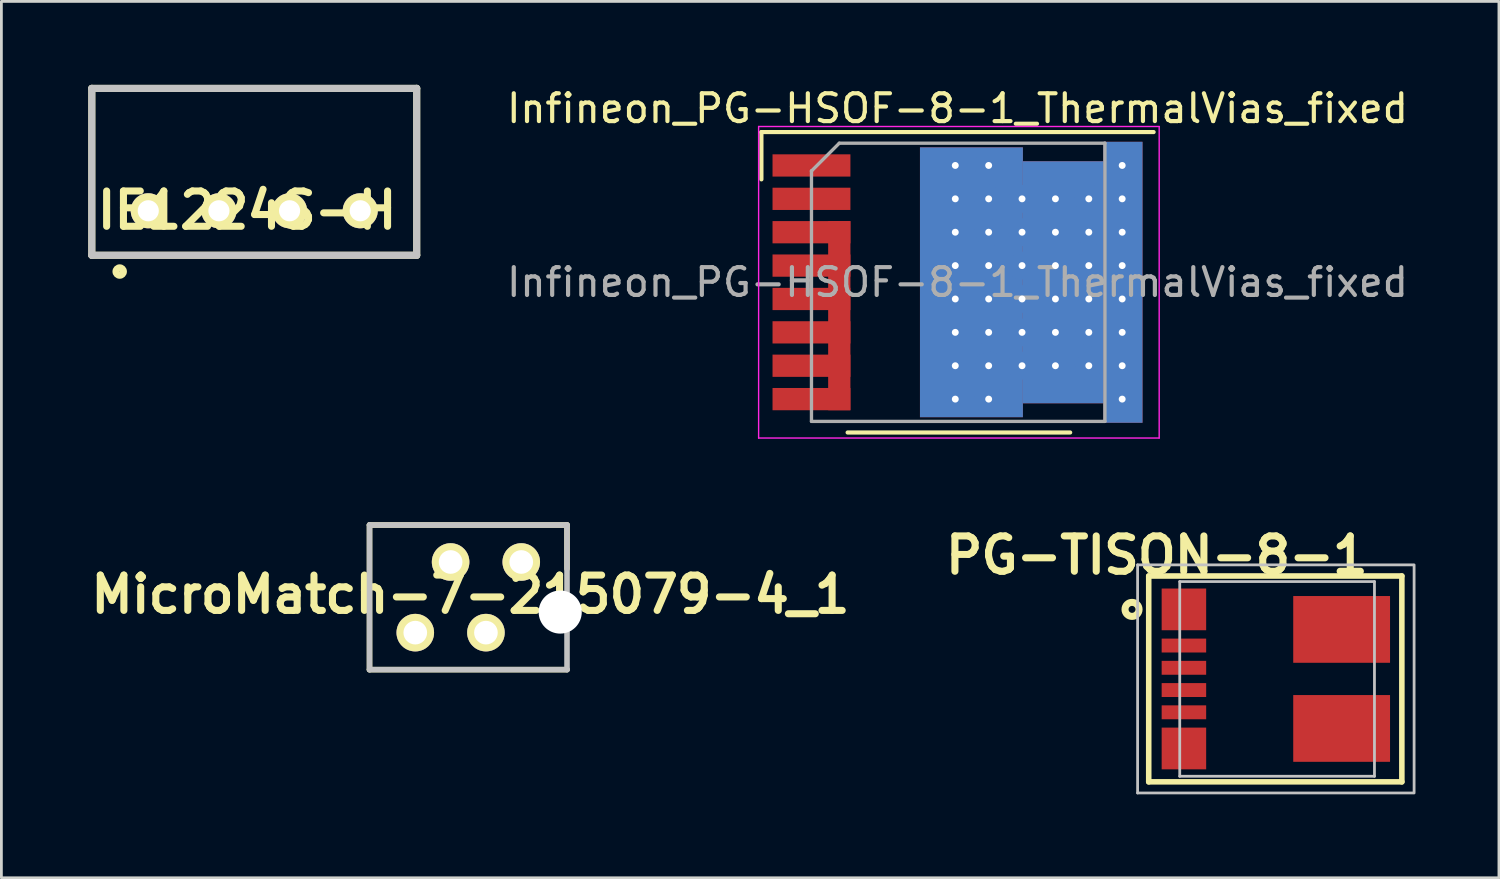
<source format=kicad_pcb>
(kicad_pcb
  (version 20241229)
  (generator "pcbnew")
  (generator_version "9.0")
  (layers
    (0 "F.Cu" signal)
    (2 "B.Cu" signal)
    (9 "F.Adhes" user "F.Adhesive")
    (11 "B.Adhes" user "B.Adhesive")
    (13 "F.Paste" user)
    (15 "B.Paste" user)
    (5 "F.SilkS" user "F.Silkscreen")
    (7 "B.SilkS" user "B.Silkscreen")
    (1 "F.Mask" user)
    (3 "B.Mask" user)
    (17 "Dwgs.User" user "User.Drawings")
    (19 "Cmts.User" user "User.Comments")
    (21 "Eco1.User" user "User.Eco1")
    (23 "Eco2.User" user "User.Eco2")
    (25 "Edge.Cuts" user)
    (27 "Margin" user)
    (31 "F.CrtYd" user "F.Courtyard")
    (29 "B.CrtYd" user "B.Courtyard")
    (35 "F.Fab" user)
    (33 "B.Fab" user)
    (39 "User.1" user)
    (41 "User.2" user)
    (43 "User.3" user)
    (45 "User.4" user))
  (footprint "MicroMatch-7-215079-4_1"
    (layer "F.Cu")
    (at 13.784 18.423)
    (property "Reference" "MicroMatch-7-215079-4_1" (at 0.077 -0.104 0) (layer "F.SilkS") (effects (font (size 1.27 1.27) (thickness 0.254))))
    (attr through_hole)
    (fp_line (start -3.55 -2.6) (end 3.55 -2.6) (stroke (width 0.2) (type solid)) (layer "F.SilkS"))
    (fp_line (start -3.55 2.6) (end -3.55 -2.6) (stroke (width 0.2) (type solid)) (layer "F.SilkS"))
    (fp_line (start 3.55 -2.6) (end 3.55 -1.025) (stroke (width 0.2) (type solid)) (layer "F.SilkS"))
    (fp_line (start 3.55 2.6) (end -3.55 2.6) (stroke (width 0.2) (type solid)) (layer "F.SilkS"))
    (fp_line (start -3.55 -2.6) (end 3.55 -2.6) (stroke (width 0.2) (type solid)) (layer "Dwgs.User"))
    (fp_line (start -3.55 2.6) (end -3.55 -2.6) (stroke (width 0.2) (type solid)) (layer "Dwgs.User"))
    (fp_line (start 3.55 -2.6) (end 3.55 2.6) (stroke (width 0.2) (type solid)) (layer "Dwgs.User"))
    (fp_line (start 3.55 2.6) (end -3.55 2.6) (stroke (width 0.2) (type solid)) (layer "Dwgs.User"))
    (pad "" np_thru_hole circle (at 3.305 0.53 90) (size 1.55 1.55) (drill 1.55) (layers "*.Cu" "*.Mask"))
    (pad "1" thru_hole circle (at -1.905 1.27 90) (size 1.35 1.35) (drill 0.85) (layers "*.Cu" "*.Mask" "F.SilkS"))
    (pad "2" thru_hole circle (at -0.635 -1.27 90) (size 1.35 1.35) (drill 0.85) (layers "*.Cu" "*.Mask" "F.SilkS"))
    (pad "3" thru_hole circle (at 0.635 1.27 90) (size 1.35 1.35) (drill 0.85) (layers "*.Cu" "*.Mask" "F.SilkS"))
    (pad "4" thru_hole circle (at 1.905 -1.27 90) (size 1.35 1.35) (drill 0.85) (layers "*.Cu" "*.Mask" "F.SilkS")))
  (footprint "Infineon_PG-HSOF-8-1_ThermalVias_fixed"
    (layer "F.Cu")
    (at 31.372 7.098)
    (property "Reference" "Infineon_PG-HSOF-8-1_ThermalVias_fixed" (at 0 -6.25 0) (layer "F.SilkS") (effects (font (size 1 1) (thickness 0.15))))
    (attr smd)
    (fp_line (start -7.05 -5.4) (end -7.05 -3.7) (stroke (width 0.15) (type solid)) (layer "F.SilkS"))
    (fp_line (start -3.95 5.4) (end 4.05 5.4) (stroke (width 0.15) (type solid)) (layer "F.SilkS"))
    (fp_line (start 7.05 -5.4) (end -7.05 -5.4) (stroke (width 0.15) (type solid)) (layer "F.SilkS"))
    (fp_line (start -7.15 5.6) (end -7.15 -5.6) (stroke (width 0.05) (type solid)) (layer "F.CrtYd"))
    (fp_line (start -7.15 5.6) (end 7.25 5.6) (stroke (width 0.05) (type solid)) (layer "F.CrtYd"))
    (fp_line (start 7.25 -5.6) (end -7.15 -5.6) (stroke (width 0.05) (type solid)) (layer "F.CrtYd"))
    (fp_line (start 7.25 -5.6) (end 7.25 5.6) (stroke (width 0.05) (type solid)) (layer "F.CrtYd"))
    (fp_line (start -5.25 -4) (end -5.25 -4) (stroke (width 0.12) (type solid)) (layer "F.Fab"))
    (fp_line (start -5.25 5) (end -5.25 -4) (stroke (width 0.12) (type solid)) (layer "F.Fab"))
    (fp_line (start -4.25 -5) (end -5.25 -4) (stroke (width 0.12) (type solid)) (layer "F.Fab"))
    (fp_line (start -4.25 -5) (end 5.3 -5) (stroke (width 0.12) (type solid)) (layer "F.Fab"))
    (fp_line (start 5.3 -5) (end 5.3 5) (stroke (width 0.12) (type solid)) (layer "F.Fab"))
    (fp_line (start 5.3 5) (end -5.25 5) (stroke (width 0.12) (type solid)) (layer "F.Fab"))
    (fp_text user "${REFERENCE}" (at 0 0 0) (layer "F.Fab") (effects (font (size 1 1) (thickness 0.15))))
    (pad "1" smd rect (at -5.25 -4.2 270) (size 0.8 2.8) (layers "F.Cu" "F.Mask" "F.Paste"))
    (pad "2" smd rect (at -5.25 -3 270) (size 0.8 2.8) (layers "F.Cu" "F.Mask" "F.Paste"))
    (pad "3" smd rect (at -5.25 -1.8 270) (size 0.8 2.8) (layers "F.Cu" "F.Mask" "F.Paste"))
    (pad "3" smd rect (at -5.25 -0.6 270) (size 0.8 2.8) (layers "F.Cu" "F.Mask" "F.Paste"))
    (pad "3" smd rect (at -5.25 0.6 270) (size 0.8 2.8) (layers "F.Cu" "F.Mask" "F.Paste"))
    (pad "3" smd rect (at -5.25 1.8 270) (size 0.8 2.8) (layers "F.Cu" "F.Mask" "F.Paste"))
    (pad "3" smd rect (at -5.25 3 270) (size 0.8 2.8) (layers "F.Cu" "F.Mask" "F.Paste"))
    (pad "3" smd rect (at -5.25 4.2 270) (size 0.8 2.8) (layers "F.Cu" "F.Mask" "F.Paste"))
    (pad "3" smd rect (at -4.25 1.2 270) (size 6.8 0.8) (layers "F.Cu" "F.Mask"))
    (pad "6" thru_hole circle (at -0.08 -4.2 270) (size 1 1) (drill 0.25) (layers "*.Cu" "F.Paste"))
    (pad "6" thru_hole circle (at -0.08 -3 270) (size 1 1) (drill 0.25) (layers "*.Cu" "F.Paste"))
    (pad "6" thru_hole circle (at -0.08 -1.8 270) (size 1 1) (drill 0.25) (layers "*.Cu" "F.Paste"))
    (pad "6" thru_hole circle (at -0.08 -0.6 270) (size 1 1) (drill 0.25) (layers "*.Cu" "F.Paste"))
    (pad "6" thru_hole circle (at -0.08 0.6 270) (size 1 1) (drill 0.25) (layers "*.Cu" "F.Paste"))
    (pad "6" thru_hole circle (at -0.08 1.8 270) (size 1 1) (drill 0.25) (layers "*.Cu" "F.Paste"))
    (pad "6" thru_hole circle (at -0.08 3 270) (size 1 1) (drill 0.25) (layers "*.Cu" "F.Paste"))
    (pad "6" thru_hole circle (at -0.08 4.2 270) (size 1 1) (drill 0.25) (layers "*.Cu" "F.Paste"))
    (pad "6" smd rect (at 0.5 0 270) (size 9.7 3.7) (layers "F.Cu" "F.Mask"))
    (pad "6" smd rect (at 0.5 0 270) (size 9.7 3.7) (layers "B.Cu"))
    (pad "6" thru_hole circle (at 1.12 -4.2 270) (size 1 1) (drill 0.25) (layers "*.Cu" "F.Paste"))
    (pad "6" thru_hole circle (at 1.12 -3 270) (size 1 1) (drill 0.25) (layers "*.Cu" "F.Paste"))
    (pad "6" thru_hole circle (at 1.12 -1.8 270) (size 1 1) (drill 0.25) (layers "*.Cu" "F.Paste"))
    (pad "6" thru_hole circle (at 1.12 -0.6 270) (size 1 1) (drill 0.25) (layers "*.Cu" "F.Paste"))
    (pad "6" thru_hole circle (at 1.12 0.6 270) (size 1 1) (drill 0.25) (layers "*.Cu" "F.Paste"))
    (pad "6" thru_hole circle (at 1.12 1.8 270) (size 1 1) (drill 0.25) (layers "*.Cu" "F.Paste"))
    (pad "6" thru_hole circle (at 1.12 3 270) (size 1 1) (drill 0.25) (layers "*.Cu" "F.Paste"))
    (pad "6" thru_hole circle (at 1.12 4.2 270) (size 1 1) (drill 0.25) (layers "*.Cu" "F.Paste"))
    (pad "6" thru_hole circle (at 2.32 -3 270) (size 1 1) (drill 0.25) (layers "*.Cu" "F.Paste"))
    (pad "6" thru_hole circle (at 2.32 -1.8 270) (size 1 1) (drill 0.25) (layers "*.Cu" "F.Paste"))
    (pad "6" thru_hole circle (at 2.32 -0.6 270) (size 1 1) (drill 0.25) (layers "*.Cu" "F.Paste"))
    (pad "6" thru_hole circle (at 2.32 0.6 270) (size 1 1) (drill 0.25) (layers "*.Cu" "F.Paste"))
    (pad "6" thru_hole circle (at 2.32 1.8 270) (size 1 1) (drill 0.25) (layers "*.Cu" "F.Paste"))
    (pad "6" thru_hole circle (at 2.32 3 270) (size 1 1) (drill 0.25) (layers "*.Cu" "F.Paste"))
    (pad "6" thru_hole circle (at 3.52 -3 270) (size 1 1) (drill 0.25) (layers "*.Cu" "F.Paste"))
    (pad "6" thru_hole circle (at 3.52 -1.8 270) (size 1 1) (drill 0.25) (layers "*.Cu" "F.Paste"))
    (pad "6" thru_hole circle (at 3.52 -0.6 270) (size 1 1) (drill 0.25) (layers "*.Cu" "F.Paste"))
    (pad "6" thru_hole circle (at 3.52 0.6 270) (size 1 1) (drill 0.25) (layers "*.Cu" "F.Paste"))
    (pad "6" thru_hole circle (at 3.52 1.8 270) (size 1 1) (drill 0.25) (layers "*.Cu" "F.Paste"))
    (pad "6" thru_hole circle (at 3.52 3 270) (size 1 1) (drill 0.25) (layers "*.Cu" "F.Paste"))
    (pad "6" smd rect (at 3.8 0 270) (size 8.7 2.9) (layers "F.Cu" "F.Mask"))
    (pad "6" smd rect (at 3.8 0 270) (size 8.7 2.9) (layers "B.Cu"))
    (pad "6" thru_hole circle (at 4.72 -3 270) (size 1 1) (drill 0.25) (layers "*.Cu" "F.Paste"))
    (pad "6" thru_hole circle (at 4.72 -1.8 270) (size 1 1) (drill 0.25) (layers "*.Cu" "F.Paste"))
    (pad "6" thru_hole circle (at 4.72 -0.6 270) (size 1 1) (drill 0.25) (layers "*.Cu" "F.Paste"))
    (pad "6" thru_hole circle (at 4.72 0.6 270) (size 1 1) (drill 0.25) (layers "*.Cu" "F.Paste"))
    (pad "6" thru_hole circle (at 4.72 1.8 270) (size 1 1) (drill 0.25) (layers "*.Cu" "F.Paste"))
    (pad "6" thru_hole circle (at 4.72 3 270) (size 1 1) (drill 0.25) (layers "*.Cu" "F.Paste"))
    (pad "6" thru_hole circle (at 5.92 -4.2 270) (size 1 1) (drill 0.25) (layers "*.Cu" "F.Paste"))
    (pad "6" thru_hole circle (at 5.92 -3 270) (size 1 1) (drill 0.25) (layers "*.Cu" "F.Paste"))
    (pad "6" thru_hole circle (at 5.92 -1.8 270) (size 1 1) (drill 0.25) (layers "*.Cu" "F.Paste"))
    (pad "6" thru_hole circle (at 5.92 -0.6 270) (size 1 1) (drill 0.25) (layers "*.Cu" "F.Paste"))
    (pad "6" thru_hole circle (at 5.92 0.6 270) (size 1 1) (drill 0.25) (layers "*.Cu" "F.Paste"))
    (pad "6" thru_hole circle (at 5.92 1.8 270) (size 1 1) (drill 0.25) (layers "*.Cu" "F.Paste"))
    (pad "6" thru_hole circle (at 5.92 3 270) (size 1 1) (drill 0.25) (layers "*.Cu" "F.Paste"))
    (pad "6" thru_hole circle (at 5.92 4.2 270) (size 1 1) (drill 0.25) (layers "*.Cu" "F.Paste"))
    (pad "6" smd rect (at 5.95 0 270) (size 10.1 1.4) (layers "F.Cu" "F.Mask"))
    (pad "6" smd rect (at 5.95 0 270) (size 10.1 1.4) (layers "B.Cu")))
  (footprint "PG-TISON-8-1"
    (layer "F.Cu")
    (at 42.346 21.357)
    (property "Reference" "PG-TISON-8-1" (at -3.81 -4.445 0) (layer "F.SilkS") (effects (font (size 1.27 1.27) (thickness 0.254))))
    (attr smd)
    (fp_line (start -4.1 -3.7) (end 5 -3.7) (stroke (width 0.2) (type solid)) (layer "F.SilkS"))
    (fp_line (start -4.1 3.7) (end -4.1 -3.7) (stroke (width 0.2) (type solid)) (layer "F.SilkS"))
    (fp_line (start -4.1 3.7) (end 5 3.7) (stroke (width 0.2) (type solid)) (layer "F.SilkS"))
    (fp_line (start 5 3.7) (end 5 -3.7) (stroke (width 0.2) (type solid)) (layer "F.SilkS"))
    (fp_circle (center -4.7 -2.5) (end -4.825 -2.5) (stroke (width 0.254) (type solid)) (fill no) (layer "F.SilkS"))
    (fp_line (start -4.5 -4.1) (end 5.4 -4.1) (stroke (width 0.1) (type solid)) (layer "Dwgs.User"))
    (fp_line (start -4.5 4.1) (end -4.5 -4.1) (stroke (width 0.1) (type solid)) (layer "Dwgs.User"))
    (fp_line (start -4.5 4.1) (end 5.4 4.1) (stroke (width 0.1) (type solid)) (layer "Dwgs.User"))
    (fp_line (start -2.985 -3.5) (end 4.015 -3.5) (stroke (width 0.1) (type solid)) (layer "Dwgs.User"))
    (fp_line (start -2.985 3.5) (end -2.985 -3.5) (stroke (width 0.1) (type solid)) (layer "Dwgs.User"))
    (fp_line (start -2.985 3.5) (end 4.015 3.5) (stroke (width 0.1) (type solid)) (layer "Dwgs.User"))
    (fp_line (start 4.015 3.5) (end 4.015 -3.5) (stroke (width 0.1) (type solid)) (layer "Dwgs.User"))
    (fp_line (start 5.44 4.1) (end 5.44 -4.1) (stroke (width 0.1) (type solid)) (layer "Dwgs.User"))
    (pad "1" smd rect (at -2.835 -2.5 90) (size 1.5 1.6) (layers "F.Cu" "F.Mask" "F.Paste"))
    (pad "2" smd rect (at -2.835 -1.2 90) (size 0.5 1.6) (layers "F.Cu" "F.Mask" "F.Paste"))
    (pad "3" smd rect (at -2.835 -0.4 90) (size 0.5 1.6) (layers "F.Cu" "F.Mask" "F.Paste"))
    (pad "4" smd rect (at -2.835 0.4 90) (size 0.5 1.6) (layers "F.Cu" "F.Mask" "F.Paste"))
    (pad "5" smd rect (at -2.835 1.2 90) (size 0.5 1.6) (layers "F.Cu" "F.Mask" "F.Paste"))
    (pad "6" smd rect (at -2.835 2.5 90) (size 1.5 1.6) (layers "F.Cu" "F.Mask" "F.Paste"))
    (pad "7" smd rect (at 2.835 1.78 90) (size 2.4 3.48) (layers "F.Cu" "F.Mask" "F.Paste"))
    (pad "8" smd rect (at 2.835 -1.78 90) (size 2.4 3.48) (layers "F.Cu" "F.Mask" "F.Paste")))
  (footprint "IE1224S-H"
    (layer "F.Cu")
    (at 0.25 6.127)
    (property "Reference" "IE1224S-H" (at 5.583 -1.616 0) (layer "F.SilkS") (effects (font (size 1.27 1.27) (thickness 0.254))))
    (attr through_hole)
    (fp_line (start 0 -6) (end 0 0) (stroke (width 0.254) (type solid)) (layer "F.SilkS"))
    (fp_line (start 0 0) (end 11.68 0) (stroke (width 0.254) (type solid)) (layer "F.SilkS"))
    (fp_line (start 11.68 -6) (end 0 -6) (stroke (width 0.254) (type solid)) (layer "F.SilkS"))
    (fp_line (start 11.68 0) (end 11.68 -6) (stroke (width 0.254) (type solid)) (layer "F.SilkS"))
    (fp_circle (center 1.003 0.585) (end 0.87 0.585) (stroke (width 0.254) (type solid)) (fill no) (layer "F.SilkS"))
    (fp_line (start 0 -6) (end 11.68 -6) (stroke (width 0.254) (type solid)) (layer "Dwgs.User"))
    (fp_line (start 0 0) (end 0 -6) (stroke (width 0.254) (type solid)) (layer "Dwgs.User"))
    (fp_line (start 11.68 -6) (end 11.68 0) (stroke (width 0.254) (type solid)) (layer "Dwgs.User"))
    (fp_line (start 11.68 0) (end 0 0) (stroke (width 0.254) (type solid)) (layer "Dwgs.User"))
    (pad "1" thru_hole circle (at 2.03 -1.6 90) (size 1.26 1.26) (drill 0.76) (layers "*.Cu" "*.Mask" "F.SilkS"))
    (pad "2" thru_hole circle (at 4.57 -1.6 90) (size 1.26 1.26) (drill 0.76) (layers "*.Cu" "*.Mask" "F.SilkS"))
    (pad "3" thru_hole circle (at 7.11 -1.6 90) (size 1.26 1.26) (drill 0.76) (layers "*.Cu" "*.Mask" "F.SilkS"))
    (pad "4" thru_hole circle (at 9.65 -1.6 90) (size 1.26 1.26) (drill 0.76) (layers "*.Cu" "*.Mask" "F.SilkS")))
  (gr_rect
    (start -3 -3)
    (end 50.836 28.507)
    (stroke (width 0.1) (type default))
    (fill no)
    (layer "Edge.Cuts")))
</source>
